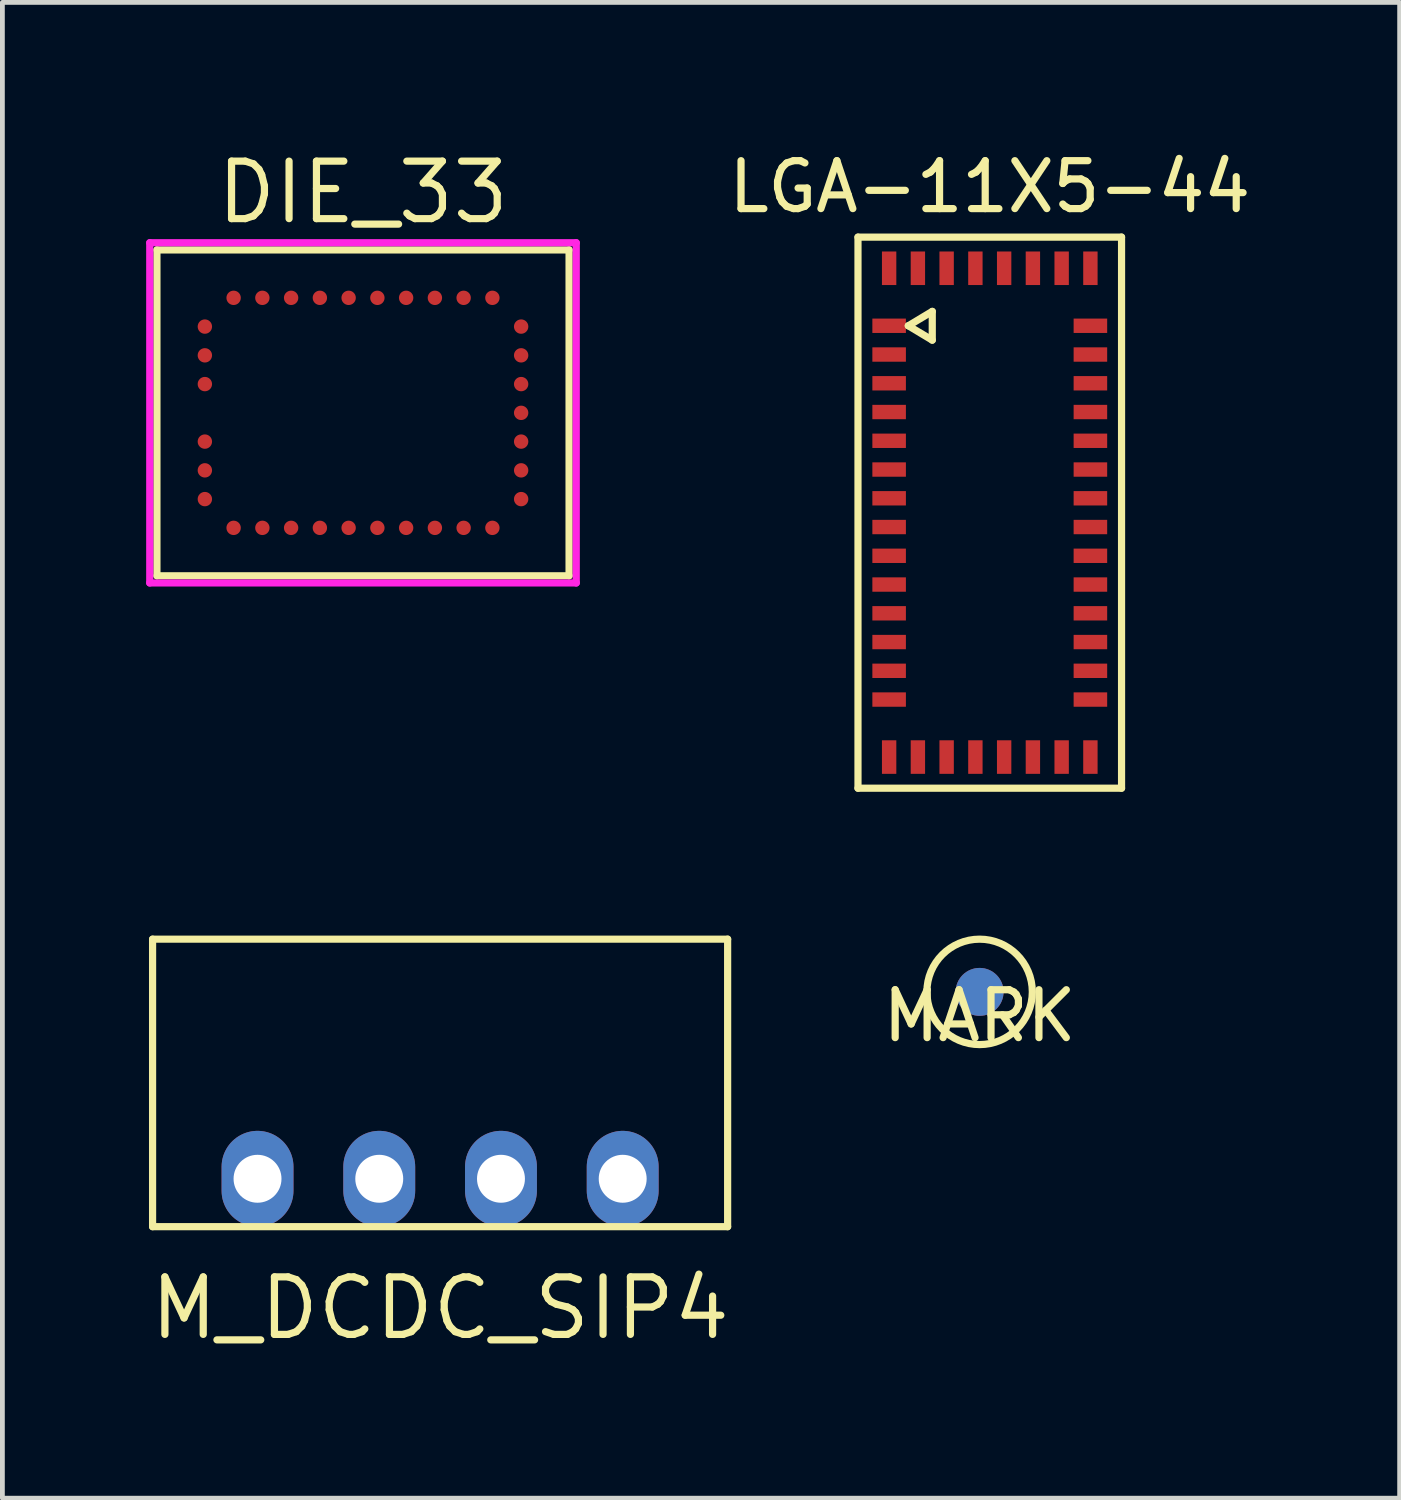
<source format=kicad_pcb>
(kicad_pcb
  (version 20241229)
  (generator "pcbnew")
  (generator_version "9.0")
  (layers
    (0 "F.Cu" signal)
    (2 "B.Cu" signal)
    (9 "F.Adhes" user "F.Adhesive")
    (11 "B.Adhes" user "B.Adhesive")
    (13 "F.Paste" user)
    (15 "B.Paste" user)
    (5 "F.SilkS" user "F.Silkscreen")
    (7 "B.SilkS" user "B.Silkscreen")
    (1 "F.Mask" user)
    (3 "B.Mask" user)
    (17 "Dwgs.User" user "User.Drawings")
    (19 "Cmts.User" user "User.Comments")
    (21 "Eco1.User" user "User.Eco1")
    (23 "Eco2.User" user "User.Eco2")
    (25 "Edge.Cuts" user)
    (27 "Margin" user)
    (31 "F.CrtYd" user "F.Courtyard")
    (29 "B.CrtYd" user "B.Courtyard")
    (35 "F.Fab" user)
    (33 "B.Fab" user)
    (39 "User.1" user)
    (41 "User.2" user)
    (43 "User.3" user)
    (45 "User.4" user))
  (footprint "DIE_33"
    (layer "F.Cu")
    (at 4.525 5.565)
    (property "Reference" "DIE_33" (at 0 -4.6 0) (layer "F.SilkS") (effects (font (size 1.2 1.2) (thickness 0.15))))
    (attr through_hole)
    (fp_line (start -4.3 -3.4) (end -4.3 3.4) (stroke (width 0.15) (type solid)) (layer "F.SilkS"))
    (fp_line (start -4.3 3.4) (end 4.3 3.4) (stroke (width 0.15) (type solid)) (layer "F.SilkS"))
    (fp_line (start 4.3 -3.4) (end -4.3 -3.4) (stroke (width 0.15) (type solid)) (layer "F.SilkS"))
    (fp_line (start 4.3 3.4) (end 4.3 -3.4) (stroke (width 0.15) (type solid)) (layer "F.SilkS"))
    (fp_line (start -4.45 -3.55) (end 4.45 -3.55) (stroke (width 0.15) (type solid)) (layer "F.CrtYd"))
    (fp_line (start -4.45 3.55) (end -4.45 -3.55) (stroke (width 0.15) (type solid)) (layer "F.CrtYd"))
    (fp_line (start 4.45 -3.55) (end 4.45 3.55) (stroke (width 0.15) (type solid)) (layer "F.CrtYd"))
    (fp_line (start 4.45 3.55) (end -4.45 3.55) (stroke (width 0.15) (type solid)) (layer "F.CrtYd"))
    (pad "1" smd circle (at -2.7 2.4) (size 0.3 0.3) (layers "F.Cu" "F.Mask" "F.Paste"))
    (pad "2" smd circle (at -2.1 2.4) (size 0.3 0.3) (layers "F.Cu" "F.Mask" "F.Paste"))
    (pad "3" smd circle (at -1.5 2.4) (size 0.3 0.3) (layers "F.Cu" "F.Mask" "F.Paste"))
    (pad "4" smd circle (at -0.9 2.4) (size 0.3 0.3) (layers "F.Cu" "F.Mask" "F.Paste"))
    (pad "5" smd circle (at -0.3 2.4) (size 0.3 0.3) (layers "F.Cu" "F.Mask" "F.Paste"))
    (pad "6" smd circle (at 0.3 2.4) (size 0.3 0.3) (layers "F.Cu" "F.Mask" "F.Paste"))
    (pad "7" smd circle (at 0.9 2.4) (size 0.3 0.3) (layers "F.Cu" "F.Mask" "F.Paste"))
    (pad "8" smd circle (at 1.5 2.4) (size 0.3 0.3) (layers "F.Cu" "F.Mask" "F.Paste"))
    (pad "9" smd circle (at 2.1 2.4) (size 0.3 0.3) (layers "F.Cu" "F.Mask" "F.Paste"))
    (pad "10" smd circle (at 2.7 2.4) (size 0.3 0.3) (layers "F.Cu" "F.Mask" "F.Paste"))
    (pad "11" smd circle (at 3.3 1.8) (size 0.3 0.3) (layers "F.Cu" "F.Mask" "F.Paste"))
    (pad "12" smd circle (at 3.3 1.2) (size 0.3 0.3) (layers "F.Cu" "F.Mask" "F.Paste"))
    (pad "13" smd circle (at 3.3 0.6) (size 0.3 0.3) (layers "F.Cu" "F.Mask" "F.Paste"))
    (pad "14" smd circle (at 3.3 0) (size 0.3 0.3) (layers "F.Cu" "F.Mask" "F.Paste"))
    (pad "15" smd circle (at 3.3 -0.6) (size 0.3 0.3) (layers "F.Cu" "F.Mask" "F.Paste"))
    (pad "16" smd circle (at 3.3 -1.2) (size 0.3 0.3) (layers "F.Cu" "F.Mask" "F.Paste"))
    (pad "17" smd circle (at 3.3 -1.8) (size 0.3 0.3) (layers "F.Cu" "F.Mask" "F.Paste"))
    (pad "18" smd circle (at 2.7 -2.4) (size 0.3 0.3) (layers "F.Cu" "F.Mask" "F.Paste"))
    (pad "19" smd circle (at 2.1 -2.4) (size 0.3 0.3) (layers "F.Cu" "F.Mask" "F.Paste"))
    (pad "20" smd circle (at 1.5 -2.4) (size 0.3 0.3) (layers "F.Cu" "F.Mask" "F.Paste"))
    (pad "21" smd circle (at 0.9 -2.4) (size 0.3 0.3) (layers "F.Cu" "F.Mask" "F.Paste"))
    (pad "22" smd circle (at 0.3 -2.4) (size 0.3 0.3) (layers "F.Cu" "F.Mask" "F.Paste"))
    (pad "23" smd circle (at -0.3 -2.4) (size 0.3 0.3) (layers "F.Cu" "F.Mask" "F.Paste"))
    (pad "24" smd circle (at -0.9 -2.4) (size 0.3 0.3) (layers "F.Cu" "F.Mask" "F.Paste"))
    (pad "25" smd circle (at -1.5 -2.4) (size 0.3 0.3) (layers "F.Cu" "F.Mask" "F.Paste"))
    (pad "26" smd circle (at -2.1 -2.4) (size 0.3 0.3) (layers "F.Cu" "F.Mask" "F.Paste"))
    (pad "27" smd circle (at -2.7 -2.4) (size 0.3 0.3) (layers "F.Cu" "F.Mask" "F.Paste"))
    (pad "28" smd circle (at -3.3 -1.8) (size 0.3 0.3) (layers "F.Cu" "F.Mask" "F.Paste"))
    (pad "29" smd circle (at -3.3 -1.2) (size 0.3 0.3) (layers "F.Cu" "F.Mask" "F.Paste"))
    (pad "30" smd circle (at -3.3 -0.6) (size 0.3 0.3) (layers "F.Cu" "F.Mask" "F.Paste"))
    (pad "31" smd circle (at -3.3 0.6) (size 0.3 0.3) (layers "F.Cu" "F.Mask" "F.Paste"))
    (pad "32" smd circle (at -3.3 1.2) (size 0.3 0.3) (layers "F.Cu" "F.Mask" "F.Paste"))
    (pad "33" smd circle (at -3.3 1.8) (size 0.3 0.3) (layers "F.Cu" "F.Mask" "F.Paste")))
  (footprint "LGA-11X5-44"
    (layer "F.Cu")
    (at 17.604 7.648)
    (property "Reference" "LGA-11X5-44" (at 0 -6.8 0) (layer "F.SilkS") (effects (font (size 1 1) (thickness 0.15))))
    (attr through_hole)
    (fp_line (start -2.75 -5.75) (end -2.75 5.75) (stroke (width 0.15) (type solid)) (layer "F.SilkS"))
    (fp_line (start -2.75 5.75) (end 2.75 5.75) (stroke (width 0.15) (type solid)) (layer "F.SilkS"))
    (fp_line (start -1.7 -3.9) (end -1.2 -4.2) (stroke (width 0.15) (type solid)) (layer "F.SilkS"))
    (fp_line (start -1.2 -4.2) (end -1.2 -3.6) (stroke (width 0.15) (type solid)) (layer "F.SilkS"))
    (fp_line (start -1.2 -3.6) (end -1.7 -3.9) (stroke (width 0.15) (type solid)) (layer "F.SilkS"))
    (fp_line (start 2.75 -5.75) (end -2.75 -5.75) (stroke (width 0.15) (type solid)) (layer "F.SilkS"))
    (fp_line (start 2.75 5.75) (end 2.75 -5.75) (stroke (width 0.15) (type solid)) (layer "F.SilkS"))
    (pad "1" smd rect (at -2.1 -3.9 90) (size 0.3 0.7) (layers "F.Cu" "F.Mask" "F.Paste"))
    (pad "2" smd rect (at -2.1 -3.3 90) (size 0.3 0.7) (layers "F.Cu" "F.Mask" "F.Paste"))
    (pad "3" smd rect (at -2.1 -2.7 90) (size 0.3 0.7) (layers "F.Cu" "F.Mask" "F.Paste"))
    (pad "4" smd rect (at -2.1 -2.1 90) (size 0.3 0.7) (layers "F.Cu" "F.Mask" "F.Paste"))
    (pad "5" smd rect (at -2.1 -1.5 90) (size 0.3 0.7) (layers "F.Cu" "F.Mask" "F.Paste"))
    (pad "6" smd rect (at -2.1 -0.9 90) (size 0.3 0.7) (layers "F.Cu" "F.Mask" "F.Paste"))
    (pad "7" smd rect (at -2.1 -0.3 90) (size 0.3 0.7) (layers "F.Cu" "F.Mask" "F.Paste"))
    (pad "8" smd rect (at -2.1 0.3 90) (size 0.3 0.7) (layers "F.Cu" "F.Mask" "F.Paste"))
    (pad "9" smd rect (at -2.1 0.9 90) (size 0.3 0.7) (layers "F.Cu" "F.Mask" "F.Paste"))
    (pad "10" smd rect (at -2.1 1.5 90) (size 0.3 0.7) (layers "F.Cu" "F.Mask" "F.Paste"))
    (pad "11" smd rect (at -2.1 2.1 90) (size 0.3 0.7) (layers "F.Cu" "F.Mask" "F.Paste"))
    (pad "12" smd rect (at -2.1 2.7 90) (size 0.3 0.7) (layers "F.Cu" "F.Mask" "F.Paste"))
    (pad "13" smd rect (at -2.1 3.3 90) (size 0.3 0.7) (layers "F.Cu" "F.Mask" "F.Paste"))
    (pad "14" smd rect (at -2.1 3.9 90) (size 0.3 0.7) (layers "F.Cu" "F.Mask" "F.Paste"))
    (pad "15" smd rect (at -2.1 5.1) (size 0.3 0.7) (layers "F.Cu" "F.Mask" "F.Paste"))
    (pad "16" smd rect (at -1.5 5.1) (size 0.3 0.7) (layers "F.Cu" "F.Mask" "F.Paste"))
    (pad "17" smd rect (at -0.9 5.1) (size 0.3 0.7) (layers "F.Cu" "F.Mask" "F.Paste"))
    (pad "18" smd rect (at -0.3 5.1) (size 0.3 0.7) (layers "F.Cu" "F.Mask" "F.Paste"))
    (pad "19" smd rect (at 0.3 5.1) (size 0.3 0.7) (layers "F.Cu" "F.Mask" "F.Paste"))
    (pad "20" smd rect (at 0.9 5.1) (size 0.3 0.7) (layers "F.Cu" "F.Mask" "F.Paste"))
    (pad "21" smd rect (at 1.5 5.1) (size 0.3 0.7) (layers "F.Cu" "F.Mask" "F.Paste"))
    (pad "22" smd rect (at 2.1 5.1) (size 0.3 0.7) (layers "F.Cu" "F.Mask" "F.Paste"))
    (pad "23" smd rect (at 2.1 3.9 90) (size 0.3 0.7) (layers "F.Cu" "F.Mask" "F.Paste"))
    (pad "24" smd rect (at 2.1 3.3 90) (size 0.3 0.7) (layers "F.Cu" "F.Mask" "F.Paste"))
    (pad "25" smd rect (at 2.1 2.7 90) (size 0.3 0.7) (layers "F.Cu" "F.Mask" "F.Paste"))
    (pad "26" smd rect (at 2.1 2.1 90) (size 0.3 0.7) (layers "F.Cu" "F.Mask" "F.Paste"))
    (pad "27" smd rect (at 2.1 1.5 90) (size 0.3 0.7) (layers "F.Cu" "F.Mask" "F.Paste"))
    (pad "28" smd rect (at 2.1 0.9 90) (size 0.3 0.7) (layers "F.Cu" "F.Mask" "F.Paste"))
    (pad "29" smd rect (at 2.1 0.3 90) (size 0.3 0.7) (layers "F.Cu" "F.Mask" "F.Paste"))
    (pad "30" smd rect (at 2.1 -0.3 90) (size 0.3 0.7) (layers "F.Cu" "F.Mask" "F.Paste"))
    (pad "31" smd rect (at 2.1 -0.9 90) (size 0.3 0.7) (layers "F.Cu" "F.Mask" "F.Paste"))
    (pad "32" smd rect (at 2.1 -1.5 90) (size 0.3 0.7) (layers "F.Cu" "F.Mask" "F.Paste"))
    (pad "33" smd rect (at 2.1 -2.1 90) (size 0.3 0.7) (layers "F.Cu" "F.Mask" "F.Paste"))
    (pad "34" smd rect (at 2.1 -2.7 90) (size 0.3 0.7) (layers "F.Cu" "F.Mask" "F.Paste"))
    (pad "35" smd rect (at 2.1 -3.3 90) (size 0.3 0.7) (layers "F.Cu" "F.Mask" "F.Paste"))
    (pad "36" smd rect (at 2.1 -3.9 90) (size 0.3 0.7) (layers "F.Cu" "F.Mask" "F.Paste"))
    (pad "37" smd rect (at 2.1 -5.1) (size 0.3 0.7) (layers "F.Cu" "F.Mask" "F.Paste"))
    (pad "38" smd rect (at 1.5 -5.1) (size 0.3 0.7) (layers "F.Cu" "F.Mask" "F.Paste"))
    (pad "39" smd rect (at 0.9 -5.1) (size 0.3 0.7) (layers "F.Cu" "F.Mask" "F.Paste"))
    (pad "40" smd rect (at 0.3 -5.1) (size 0.3 0.7) (layers "F.Cu" "F.Mask" "F.Paste"))
    (pad "41" smd rect (at -0.3 -5.1) (size 0.3 0.7) (layers "F.Cu" "F.Mask" "F.Paste"))
    (pad "42" smd rect (at -0.9 -5.1) (size 0.3 0.7) (layers "F.Cu" "F.Mask" "F.Paste"))
    (pad "43" smd rect (at -1.5 -5.1) (size 0.3 0.7) (layers "F.Cu" "F.Mask" "F.Paste"))
    (pad "44" smd rect (at -2.1 -5.1) (size 0.3 0.7) (layers "F.Cu" "F.Mask" "F.Paste")))
  (footprint "M_DCDC_SIP4"
    (layer "F.Cu")
    (at 6.134 21.548)
    (property "Reference" "M_DCDC_SIP4" (at 0 2.7 0) (layer "F.SilkS") (effects (font (size 1.2 1.2) (thickness 0.15))))
    (attr through_hole)
    (fp_line (start -6 -5) (end 6 -5) (stroke (width 0.15) (type solid)) (layer "F.SilkS"))
    (fp_line (start -6 1) (end -6 -5) (stroke (width 0.15) (type solid)) (layer "F.SilkS"))
    (fp_line (start 6 -5) (end 6 1) (stroke (width 0.15) (type solid)) (layer "F.SilkS"))
    (fp_line (start 6 1) (end -6 1) (stroke (width 0.15) (type solid)) (layer "F.SilkS"))
    (pad "1" thru_hole oval (at -3.81 0) (size 1.5 2) (drill 1) (layers "*.Cu" "*.Mask"))
    (pad "2" thru_hole oval (at -1.27 0) (size 1.5 2) (drill 1) (layers "*.Cu" "*.Mask"))
    (pad "3" thru_hole oval (at 1.27 0) (size 1.5 2) (drill 1) (layers "*.Cu" "*.Mask"))
    (pad "4" thru_hole oval (at 3.81 0) (size 1.5 2) (drill 1) (layers "*.Cu" "*.Mask")))
  (footprint "MARK"
    (layer "F.Cu")
    (at 17.392 17.648)
    (property "Reference" "MARK" (at 0 0.5 0) (layer "F.SilkS") (effects (font (size 1 1) (thickness 0.15))))
    (attr through_hole)
    (fp_circle (center 0 0) (end 1.1 0) (stroke (width 0.15) (type solid)) (fill no) (layer "F.SilkS"))
    (pad "1" smd circle (at 0 0) (size 1 1) (layers "F.Cu" "F.Mask"))
    (pad "2" smd circle (at 0 0) (size 1 1) (layers "B.Cu" "B.Mask")))
  (gr_rect
    (start -3 -3)
    (end 26.157 28.213)
    (stroke (width 0.1) (type default))
    (fill no)
    (layer "Edge.Cuts")))
</source>
